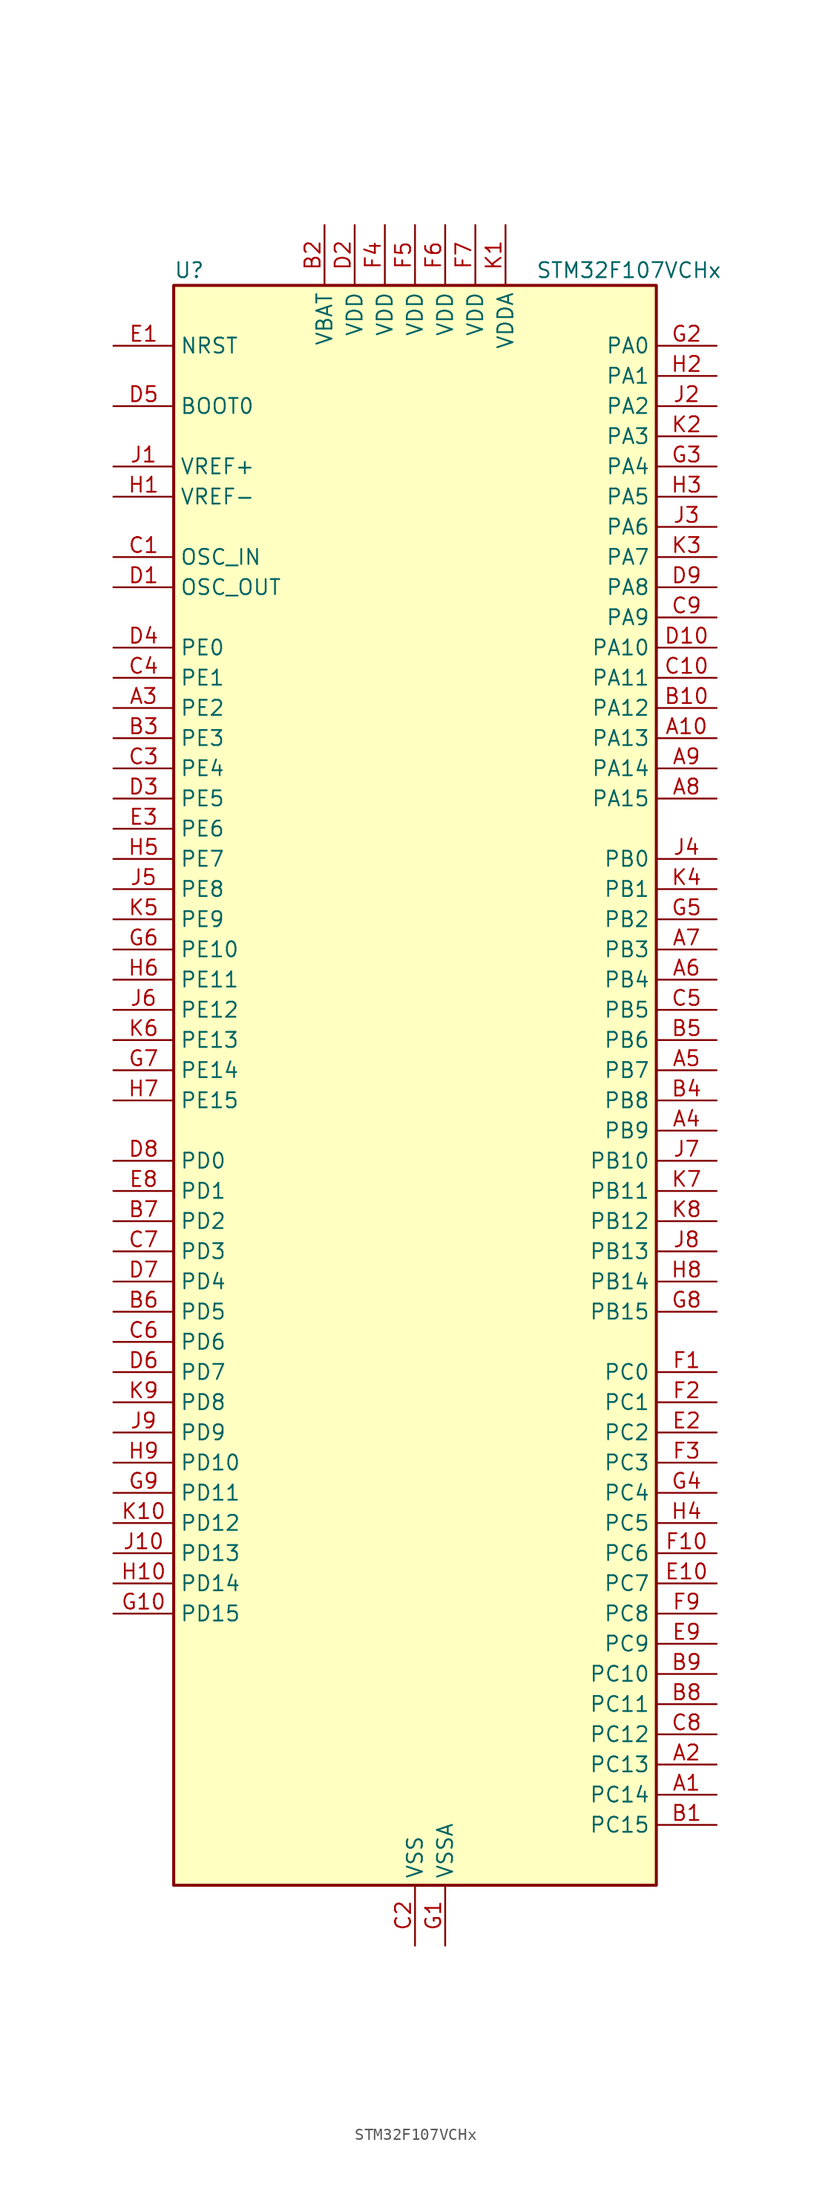
<source format=kicad_sym>
(kicad_symbol_lib
  (version 20241209)
  (generator "kicad_symbol_editor")
  (generator_version "9.0")
  (symbol "STM32F107VCHx"
    (property "Reference" "U"
      (at -20.32 69.85 0)
      (effects (font (size 1.27 1.27)) (justify left)))
    (property "Value" "STM32F107VCHx"
      (at 10.16 69.85 0)
      (effects (font (size 1.27 1.27)) (justify left)))
    (symbol "STM32F107VCHx_0_1"
      (rectangle (start -20.32 -66.04) (end 20.32 68.58) (stroke (width 0.254) (type default)) (fill (type background))))
    (symbol "STM32F107VCHx_1_1"
      (pin input line (at -25.4 63.5 0) (length 5.08) (name "NRST" (effects (font (size 1.27 1.27)))) (number "E1" (effects (font (size 1.27 1.27)))))
      (pin input line (at -25.4 58.42 0) (length 5.08) (name "BOOT0" (effects (font (size 1.27 1.27)))) (number "D5" (effects (font (size 1.27 1.27)))))
      (pin input line (at -25.4 53.34 0) (length 5.08) (name "VREF+" (effects (font (size 1.27 1.27)))) (number "J1" (effects (font (size 1.27 1.27)))))
      (pin input line (at -25.4 50.8 0) (length 5.08) (name "VREF-" (effects (font (size 1.27 1.27)))) (number "H1" (effects (font (size 1.27 1.27)))))
      (pin input line (at -25.4 45.72 0) (length 5.08) (name "OSC_IN" (effects (font (size 1.27 1.27)))) (number "C1" (effects (font (size 1.27 1.27)))) (alternate "RCC_OSC_IN" bidirectional line))
      (pin input line (at -25.4 43.18 0) (length 5.08) (name "OSC_OUT" (effects (font (size 1.27 1.27)))) (number "D1" (effects (font (size 1.27 1.27)))) (alternate "RCC_OSC_OUT" bidirectional line))
      (pin bidirectional line (at -25.4 38.1 0) (length 5.08) (name "PE0" (effects (font (size 1.27 1.27)))) (number "D4" (effects (font (size 1.27 1.27)))) (alternate "TIM4_ETR" bidirectional line))
      (pin bidirectional line (at -25.4 35.56 0) (length 5.08) (name "PE1" (effects (font (size 1.27 1.27)))) (number "C4" (effects (font (size 1.27 1.27)))))
      (pin bidirectional line (at -25.4 33.02 0) (length 5.08) (name "PE2" (effects (font (size 1.27 1.27)))) (number "A3" (effects (font (size 1.27 1.27)))) (alternate "SYS_TRACECLK" bidirectional line))
      (pin bidirectional line (at -25.4 30.48 0) (length 5.08) (name "PE3" (effects (font (size 1.27 1.27)))) (number "B3" (effects (font (size 1.27 1.27)))) (alternate "SYS_TRACED0" bidirectional line))
      (pin bidirectional line (at -25.4 27.94 0) (length 5.08) (name "PE4" (effects (font (size 1.27 1.27)))) (number "C3" (effects (font (size 1.27 1.27)))) (alternate "SYS_TRACED1" bidirectional line))
      (pin bidirectional line (at -25.4 25.4 0) (length 5.08) (name "PE5" (effects (font (size 1.27 1.27)))) (number "D3" (effects (font (size 1.27 1.27)))) (alternate "SYS_TRACED2" bidirectional line))
      (pin bidirectional line (at -25.4 22.86 0) (length 5.08) (name "PE6" (effects (font (size 1.27 1.27)))) (number "E3" (effects (font (size 1.27 1.27)))) (alternate "SYS_TRACED3" bidirectional line))
      (pin bidirectional line (at -25.4 20.32 0) (length 5.08) (name "PE7" (effects (font (size 1.27 1.27)))) (number "H5" (effects (font (size 1.27 1.27)))) (alternate "TIM1_ETR" bidirectional line))
      (pin bidirectional line (at -25.4 17.78 0) (length 5.08) (name "PE8" (effects (font (size 1.27 1.27)))) (number "J5" (effects (font (size 1.27 1.27)))) (alternate "TIM1_CH1N" bidirectional line))
      (pin bidirectional line (at -25.4 15.24 0) (length 5.08) (name "PE9" (effects (font (size 1.27 1.27)))) (number "K5" (effects (font (size 1.27 1.27)))) (alternate "DAC_EXTI9" bidirectional line) (alternate "TIM1_CH1" bidirectional line))
      (pin bidirectional line (at -25.4 12.7 0) (length 5.08) (name "PE10" (effects (font (size 1.27 1.27)))) (number "G6" (effects (font (size 1.27 1.27)))) (alternate "TIM1_CH2N" bidirectional line))
      (pin bidirectional line (at -25.4 10.16 0) (length 5.08) (name "PE11" (effects (font (size 1.27 1.27)))) (number "H6" (effects (font (size 1.27 1.27)))) (alternate "ADC1_EXTI11" bidirectional line) (alternate "ADC2_EXTI11" bidirectional line) (alternate "TIM1_CH2" bidirectional line))
      (pin bidirectional line (at -25.4 7.62 0) (length 5.08) (name "PE12" (effects (font (size 1.27 1.27)))) (number "J6" (effects (font (size 1.27 1.27)))) (alternate "TIM1_CH3N" bidirectional line))
      (pin bidirectional line (at -25.4 5.08 0) (length 5.08) (name "PE13" (effects (font (size 1.27 1.27)))) (number "K6" (effects (font (size 1.27 1.27)))) (alternate "TIM1_CH3" bidirectional line))
      (pin bidirectional line (at -25.4 2.54 0) (length 5.08) (name "PE14" (effects (font (size 1.27 1.27)))) (number "G7" (effects (font (size 1.27 1.27)))) (alternate "TIM1_CH4" bidirectional line))
      (pin bidirectional line (at -25.4 0 0) (length 5.08) (name "PE15" (effects (font (size 1.27 1.27)))) (number "H7" (effects (font (size 1.27 1.27)))) (alternate "ADC1_EXTI15" bidirectional line) (alternate "ADC2_EXTI15" bidirectional line) (alternate "TIM1_BKIN" bidirectional line))
      (pin bidirectional line (at -25.4 -5.08 0) (length 5.08) (name "PD0" (effects (font (size 1.27 1.27)))) (number "D8" (effects (font (size 1.27 1.27)))) (alternate "CAN1_RX" bidirectional line))
      (pin bidirectional line (at -25.4 -7.62 0) (length 5.08) (name "PD1" (effects (font (size 1.27 1.27)))) (number "E8" (effects (font (size 1.27 1.27)))) (alternate "CAN1_TX" bidirectional line))
      (pin bidirectional line (at -25.4 -10.16 0) (length 5.08) (name "PD2" (effects (font (size 1.27 1.27)))) (number "B7" (effects (font (size 1.27 1.27)))) (alternate "TIM3_ETR" bidirectional line) (alternate "UART5_RX" bidirectional line))
      (pin bidirectional line (at -25.4 -12.7 0) (length 5.08) (name "PD3" (effects (font (size 1.27 1.27)))) (number "C7" (effects (font (size 1.27 1.27)))) (alternate "USART2_CTS" bidirectional line))
      (pin bidirectional line (at -25.4 -15.24 0) (length 5.08) (name "PD4" (effects (font (size 1.27 1.27)))) (number "D7" (effects (font (size 1.27 1.27)))) (alternate "USART2_RTS" bidirectional line))
      (pin bidirectional line (at -25.4 -17.78 0) (length 5.08) (name "PD5" (effects (font (size 1.27 1.27)))) (number "B6" (effects (font (size 1.27 1.27)))) (alternate "USART2_TX" bidirectional line))
      (pin bidirectional line (at -25.4 -20.32 0) (length 5.08) (name "PD6" (effects (font (size 1.27 1.27)))) (number "C6" (effects (font (size 1.27 1.27)))) (alternate "USART2_RX" bidirectional line))
      (pin bidirectional line (at -25.4 -22.86 0) (length 5.08) (name "PD7" (effects (font (size 1.27 1.27)))) (number "D6" (effects (font (size 1.27 1.27)))) (alternate "USART2_CK" bidirectional line))
      (pin bidirectional line (at -25.4 -25.4 0) (length 5.08) (name "PD8" (effects (font (size 1.27 1.27)))) (number "K9" (effects (font (size 1.27 1.27)))) (alternate "ETH_CRS_DV" bidirectional line) (alternate "ETH_RX_DV" bidirectional line) (alternate "USART3_TX" bidirectional line))
      (pin bidirectional line (at -25.4 -27.94 0) (length 5.08) (name "PD9" (effects (font (size 1.27 1.27)))) (number "J9" (effects (font (size 1.27 1.27)))) (alternate "DAC_EXTI9" bidirectional line) (alternate "ETH_RXD0" bidirectional line) (alternate "USART3_RX" bidirectional line))
      (pin bidirectional line (at -25.4 -30.48 0) (length 5.08) (name "PD10" (effects (font (size 1.27 1.27)))) (number "H9" (effects (font (size 1.27 1.27)))) (alternate "ETH_RXD1" bidirectional line) (alternate "USART3_CK" bidirectional line))
      (pin bidirectional line (at -25.4 -33.02 0) (length 5.08) (name "PD11" (effects (font (size 1.27 1.27)))) (number "G9" (effects (font (size 1.27 1.27)))) (alternate "ADC1_EXTI11" bidirectional line) (alternate "ADC2_EXTI11" bidirectional line) (alternate "ETH_RXD2" bidirectional line) (alternate "USART3_CTS" bidirectional line))
      (pin bidirectional line (at -25.4 -35.56 0) (length 5.08) (name "PD12" (effects (font (size 1.27 1.27)))) (number "K10" (effects (font (size 1.27 1.27)))) (alternate "ETH_RXD3" bidirectional line) (alternate "TIM4_CH1" bidirectional line) (alternate "USART3_RTS" bidirectional line))
      (pin bidirectional line (at -25.4 -38.1 0) (length 5.08) (name "PD13" (effects (font (size 1.27 1.27)))) (number "J10" (effects (font (size 1.27 1.27)))) (alternate "TIM4_CH2" bidirectional line))
      (pin bidirectional line (at -25.4 -40.64 0) (length 5.08) (name "PD14" (effects (font (size 1.27 1.27)))) (number "H10" (effects (font (size 1.27 1.27)))) (alternate "TIM4_CH3" bidirectional line))
      (pin bidirectional line (at -25.4 -43.18 0) (length 5.08) (name "PD15" (effects (font (size 1.27 1.27)))) (number "G10" (effects (font (size 1.27 1.27)))) (alternate "ADC1_EXTI15" bidirectional line) (alternate "ADC2_EXTI15" bidirectional line) (alternate "TIM4_CH4" bidirectional line))
      (pin no_connect line (at -20.32 -66.04 0) (length 5.08) (hide yes) (name "NC" (effects (font (size 1.27 1.27)))) (number "F8" (effects (font (size 1.27 1.27)))))
      (pin power_in line (at -7.62 73.66 270) (length 5.08) (name "VBAT" (effects (font (size 1.27 1.27)))) (number "B2" (effects (font (size 1.27 1.27)))))
      (pin power_in line (at -5.08 73.66 270) (length 5.08) (name "VDD" (effects (font (size 1.27 1.27)))) (number "D2" (effects (font (size 1.27 1.27)))))
      (pin power_in line (at -2.54 73.66 270) (length 5.08) (name "VDD" (effects (font (size 1.27 1.27)))) (number "F4" (effects (font (size 1.27 1.27)))))
      (pin power_in line (at 0 73.66 270) (length 5.08) (name "VDD" (effects (font (size 1.27 1.27)))) (number "F5" (effects (font (size 1.27 1.27)))))
      (pin power_in line (at 0 -71.12 90) (length 5.08) (name "VSS" (effects (font (size 1.27 1.27)))) (number "C2" (effects (font (size 1.27 1.27)))))
      (pin passive line (at 0 -71.12 90) (length 5.08) (hide yes) (name "VSS" (effects (font (size 1.27 1.27)))) (number "E4" (effects (font (size 1.27 1.27)))))
      (pin passive line (at 0 -71.12 90) (length 5.08) (hide yes) (name "VSS" (effects (font (size 1.27 1.27)))) (number "E5" (effects (font (size 1.27 1.27)))))
      (pin passive line (at 0 -71.12 90) (length 5.08) (hide yes) (name "VSS" (effects (font (size 1.27 1.27)))) (number "E6" (effects (font (size 1.27 1.27)))))
      (pin passive line (at 0 -71.12 90) (length 5.08) (hide yes) (name "VSS" (effects (font (size 1.27 1.27)))) (number "E7" (effects (font (size 1.27 1.27)))))
      (pin power_in line (at 2.54 73.66 270) (length 5.08) (name "VDD" (effects (font (size 1.27 1.27)))) (number "F6" (effects (font (size 1.27 1.27)))))
      (pin power_in line (at 2.54 -71.12 90) (length 5.08) (name "VSSA" (effects (font (size 1.27 1.27)))) (number "G1" (effects (font (size 1.27 1.27)))))
      (pin power_in line (at 5.08 73.66 270) (length 5.08) (name "VDD" (effects (font (size 1.27 1.27)))) (number "F7" (effects (font (size 1.27 1.27)))))
      (pin power_in line (at 7.62 73.66 270) (length 5.08) (name "VDDA" (effects (font (size 1.27 1.27)))) (number "K1" (effects (font (size 1.27 1.27)))))
      (pin bidirectional line (at 25.4 63.5 180) (length 5.08) (name "PA0" (effects (font (size 1.27 1.27)))) (number "G2" (effects (font (size 1.27 1.27)))) (alternate "ADC1_IN0" bidirectional line) (alternate "ADC2_IN0" bidirectional line) (alternate "ETH_CRS" bidirectional line) (alternate "SYS_WKUP" bidirectional line) (alternate "TIM2_CH1" bidirectional line) (alternate "TIM2_ETR" bidirectional line) (alternate "TIM5_CH1" bidirectional line) (alternate "USART2_CTS" bidirectional line))
      (pin bidirectional line (at 25.4 60.96 180) (length 5.08) (name "PA1" (effects (font (size 1.27 1.27)))) (number "H2" (effects (font (size 1.27 1.27)))) (alternate "ADC1_IN1" bidirectional line) (alternate "ADC2_IN1" bidirectional line) (alternate "ETH_REF_CLK" bidirectional line) (alternate "ETH_RX_CLK" bidirectional line) (alternate "TIM2_CH2" bidirectional line) (alternate "TIM5_CH2" bidirectional line) (alternate "USART2_RTS" bidirectional line))
      (pin bidirectional line (at 25.4 58.42 180) (length 5.08) (name "PA2" (effects (font (size 1.27 1.27)))) (number "J2" (effects (font (size 1.27 1.27)))) (alternate "ADC1_IN2" bidirectional line) (alternate "ADC2_IN2" bidirectional line) (alternate "ETH_MDIO" bidirectional line) (alternate "TIM2_CH3" bidirectional line) (alternate "TIM5_CH3" bidirectional line) (alternate "USART2_TX" bidirectional line))
      (pin bidirectional line (at 25.4 55.88 180) (length 5.08) (name "PA3" (effects (font (size 1.27 1.27)))) (number "K2" (effects (font (size 1.27 1.27)))) (alternate "ADC1_IN3" bidirectional line) (alternate "ADC2_IN3" bidirectional line) (alternate "ETH_COL" bidirectional line) (alternate "TIM2_CH4" bidirectional line) (alternate "TIM5_CH4" bidirectional line) (alternate "USART2_RX" bidirectional line))
      (pin bidirectional line (at 25.4 53.34 180) (length 5.08) (name "PA4" (effects (font (size 1.27 1.27)))) (number "G3" (effects (font (size 1.27 1.27)))) (alternate "ADC1_IN4" bidirectional line) (alternate "ADC2_IN4" bidirectional line) (alternate "DAC_OUT1" bidirectional line) (alternate "I2S3_WS" bidirectional line) (alternate "SPI1_NSS" bidirectional line) (alternate "SPI3_NSS" bidirectional line) (alternate "USART2_CK" bidirectional line))
      (pin bidirectional line (at 25.4 50.8 180) (length 5.08) (name "PA5" (effects (font (size 1.27 1.27)))) (number "H3" (effects (font (size 1.27 1.27)))) (alternate "ADC1_IN5" bidirectional line) (alternate "ADC2_IN5" bidirectional line) (alternate "DAC_OUT2" bidirectional line) (alternate "SPI1_SCK" bidirectional line))
      (pin bidirectional line (at 25.4 48.26 180) (length 5.08) (name "PA6" (effects (font (size 1.27 1.27)))) (number "J3" (effects (font (size 1.27 1.27)))) (alternate "ADC1_IN6" bidirectional line) (alternate "ADC2_IN6" bidirectional line) (alternate "SPI1_MISO" bidirectional line) (alternate "TIM1_BKIN" bidirectional line) (alternate "TIM3_CH1" bidirectional line))
      (pin bidirectional line (at 25.4 45.72 180) (length 5.08) (name "PA7" (effects (font (size 1.27 1.27)))) (number "K3" (effects (font (size 1.27 1.27)))) (alternate "ADC1_IN7" bidirectional line) (alternate "ADC2_IN7" bidirectional line) (alternate "ETH_CRS_DV" bidirectional line) (alternate "ETH_RX_DV" bidirectional line) (alternate "SPI1_MOSI" bidirectional line) (alternate "TIM1_CH1N" bidirectional line) (alternate "TIM3_CH2" bidirectional line))
      (pin bidirectional line (at 25.4 43.18 180) (length 5.08) (name "PA8" (effects (font (size 1.27 1.27)))) (number "D9" (effects (font (size 1.27 1.27)))) (alternate "RCC_MCO" bidirectional line) (alternate "TIM1_CH1" bidirectional line) (alternate "USART1_CK" bidirectional line) (alternate "USB_OTG_FS_SOF" bidirectional line))
      (pin bidirectional line (at 25.4 40.64 180) (length 5.08) (name "PA9" (effects (font (size 1.27 1.27)))) (number "C9" (effects (font (size 1.27 1.27)))) (alternate "DAC_EXTI9" bidirectional line) (alternate "TIM1_CH2" bidirectional line) (alternate "USART1_TX" bidirectional line) (alternate "USB_OTG_FS_VBUS" bidirectional line))
      (pin bidirectional line (at 25.4 38.1 180) (length 5.08) (name "PA10" (effects (font (size 1.27 1.27)))) (number "D10" (effects (font (size 1.27 1.27)))) (alternate "TIM1_CH3" bidirectional line) (alternate "USART1_RX" bidirectional line) (alternate "USB_OTG_FS_ID" bidirectional line))
      (pin bidirectional line (at 25.4 35.56 180) (length 5.08) (name "PA11" (effects (font (size 1.27 1.27)))) (number "C10" (effects (font (size 1.27 1.27)))) (alternate "ADC1_EXTI11" bidirectional line) (alternate "ADC2_EXTI11" bidirectional line) (alternate "CAN1_RX" bidirectional line) (alternate "TIM1_CH4" bidirectional line) (alternate "USART1_CTS" bidirectional line) (alternate "USB_OTG_FS_DM" bidirectional line))
      (pin bidirectional line (at 25.4 33.02 180) (length 5.08) (name "PA12" (effects (font (size 1.27 1.27)))) (number "B10" (effects (font (size 1.27 1.27)))) (alternate "CAN1_TX" bidirectional line) (alternate "TIM1_ETR" bidirectional line) (alternate "USART1_RTS" bidirectional line) (alternate "USB_OTG_FS_DP" bidirectional line))
      (pin bidirectional line (at 25.4 30.48 180) (length 5.08) (name "PA13" (effects (font (size 1.27 1.27)))) (number "A10" (effects (font (size 1.27 1.27)))) (alternate "SYS_JTMS-SWDIO" bidirectional line))
      (pin bidirectional line (at 25.4 27.94 180) (length 5.08) (name "PA14" (effects (font (size 1.27 1.27)))) (number "A9" (effects (font (size 1.27 1.27)))) (alternate "SYS_JTCK-SWCLK" bidirectional line))
      (pin bidirectional line (at 25.4 25.4 180) (length 5.08) (name "PA15" (effects (font (size 1.27 1.27)))) (number "A8" (effects (font (size 1.27 1.27)))) (alternate "ADC1_EXTI15" bidirectional line) (alternate "ADC2_EXTI15" bidirectional line) (alternate "I2S3_WS" bidirectional line) (alternate "SPI1_NSS" bidirectional line) (alternate "SPI3_NSS" bidirectional line) (alternate "SYS_JTDI" bidirectional line) (alternate "TIM2_CH1" bidirectional line) (alternate "TIM2_ETR" bidirectional line))
      (pin bidirectional line (at 25.4 20.32 180) (length 5.08) (name "PB0" (effects (font (size 1.27 1.27)))) (number "J4" (effects (font (size 1.27 1.27)))) (alternate "ADC1_IN8" bidirectional line) (alternate "ADC2_IN8" bidirectional line) (alternate "ETH_RXD2" bidirectional line) (alternate "TIM1_CH2N" bidirectional line) (alternate "TIM3_CH3" bidirectional line))
      (pin bidirectional line (at 25.4 17.78 180) (length 5.08) (name "PB1" (effects (font (size 1.27 1.27)))) (number "K4" (effects (font (size 1.27 1.27)))) (alternate "ADC1_IN9" bidirectional line) (alternate "ADC2_IN9" bidirectional line) (alternate "ETH_RXD3" bidirectional line) (alternate "TIM1_CH3N" bidirectional line) (alternate "TIM3_CH4" bidirectional line))
      (pin bidirectional line (at 25.4 15.24 180) (length 5.08) (name "PB2" (effects (font (size 1.27 1.27)))) (number "G5" (effects (font (size 1.27 1.27)))))
      (pin bidirectional line (at 25.4 12.7 180) (length 5.08) (name "PB3" (effects (font (size 1.27 1.27)))) (number "A7" (effects (font (size 1.27 1.27)))) (alternate "I2S3_CK" bidirectional line) (alternate "SPI1_SCK" bidirectional line) (alternate "SPI3_SCK" bidirectional line) (alternate "SYS_JTDO" bidirectional line) (alternate "SYS_TRACESWO" bidirectional line) (alternate "TIM2_CH2" bidirectional line))
      (pin bidirectional line (at 25.4 10.16 180) (length 5.08) (name "PB4" (effects (font (size 1.27 1.27)))) (number "A6" (effects (font (size 1.27 1.27)))) (alternate "SPI1_MISO" bidirectional line) (alternate "SPI3_MISO" bidirectional line) (alternate "SYS_NJTRST" bidirectional line) (alternate "TIM3_CH1" bidirectional line))
      (pin bidirectional line (at 25.4 7.62 180) (length 5.08) (name "PB5" (effects (font (size 1.27 1.27)))) (number "C5" (effects (font (size 1.27 1.27)))) (alternate "CAN2_RX" bidirectional line) (alternate "ETH_PPS_OUT" bidirectional line) (alternate "I2C1_SMBA" bidirectional line) (alternate "I2S3_SD" bidirectional line) (alternate "SPI1_MOSI" bidirectional line) (alternate "SPI3_MOSI" bidirectional line) (alternate "TIM3_CH2" bidirectional line))
      (pin bidirectional line (at 25.4 5.08 180) (length 5.08) (name "PB6" (effects (font (size 1.27 1.27)))) (number "B5" (effects (font (size 1.27 1.27)))) (alternate "CAN2_TX" bidirectional line) (alternate "I2C1_SCL" bidirectional line) (alternate "TIM4_CH1" bidirectional line) (alternate "USART1_TX" bidirectional line))
      (pin bidirectional line (at 25.4 2.54 180) (length 5.08) (name "PB7" (effects (font (size 1.27 1.27)))) (number "A5" (effects (font (size 1.27 1.27)))) (alternate "I2C1_SDA" bidirectional line) (alternate "TIM4_CH2" bidirectional line) (alternate "USART1_RX" bidirectional line))
      (pin bidirectional line (at 25.4 0 180) (length 5.08) (name "PB8" (effects (font (size 1.27 1.27)))) (number "B4" (effects (font (size 1.27 1.27)))) (alternate "CAN1_RX" bidirectional line) (alternate "ETH_TXD3" bidirectional line) (alternate "I2C1_SCL" bidirectional line) (alternate "TIM4_CH3" bidirectional line))
      (pin bidirectional line (at 25.4 -2.54 180) (length 5.08) (name "PB9" (effects (font (size 1.27 1.27)))) (number "A4" (effects (font (size 1.27 1.27)))) (alternate "CAN1_TX" bidirectional line) (alternate "DAC_EXTI9" bidirectional line) (alternate "I2C1_SDA" bidirectional line) (alternate "TIM4_CH4" bidirectional line))
      (pin bidirectional line (at 25.4 -5.08 180) (length 5.08) (name "PB10" (effects (font (size 1.27 1.27)))) (number "J7" (effects (font (size 1.27 1.27)))) (alternate "ETH_RX_ER" bidirectional line) (alternate "TIM2_CH3" bidirectional line) (alternate "USART3_TX" bidirectional line))
      (pin bidirectional line (at 25.4 -7.62 180) (length 5.08) (name "PB11" (effects (font (size 1.27 1.27)))) (number "K7" (effects (font (size 1.27 1.27)))) (alternate "ADC1_EXTI11" bidirectional line) (alternate "ADC2_EXTI11" bidirectional line) (alternate "ETH_TX_EN" bidirectional line) (alternate "TIM2_CH4" bidirectional line) (alternate "USART3_RX" bidirectional line))
      (pin bidirectional line (at 25.4 -10.16 180) (length 5.08) (name "PB12" (effects (font (size 1.27 1.27)))) (number "K8" (effects (font (size 1.27 1.27)))) (alternate "CAN2_RX" bidirectional line) (alternate "ETH_TXD0" bidirectional line) (alternate "I2S2_WS" bidirectional line) (alternate "SPI2_NSS" bidirectional line) (alternate "TIM1_BKIN" bidirectional line) (alternate "USART3_CK" bidirectional line))
      (pin bidirectional line (at 25.4 -12.7 180) (length 5.08) (name "PB13" (effects (font (size 1.27 1.27)))) (number "J8" (effects (font (size 1.27 1.27)))) (alternate "CAN2_TX" bidirectional line) (alternate "ETH_TXD1" bidirectional line) (alternate "I2S2_CK" bidirectional line) (alternate "SPI2_SCK" bidirectional line) (alternate "TIM1_CH1N" bidirectional line) (alternate "USART3_CTS" bidirectional line))
      (pin bidirectional line (at 25.4 -15.24 180) (length 5.08) (name "PB14" (effects (font (size 1.27 1.27)))) (number "H8" (effects (font (size 1.27 1.27)))) (alternate "SPI2_MISO" bidirectional line) (alternate "TIM1_CH2N" bidirectional line) (alternate "USART3_RTS" bidirectional line))
      (pin bidirectional line (at 25.4 -17.78 180) (length 5.08) (name "PB15" (effects (font (size 1.27 1.27)))) (number "G8" (effects (font (size 1.27 1.27)))) (alternate "ADC1_EXTI15" bidirectional line) (alternate "ADC2_EXTI15" bidirectional line) (alternate "I2S2_SD" bidirectional line) (alternate "SPI2_MOSI" bidirectional line) (alternate "TIM1_CH3N" bidirectional line))
      (pin bidirectional line (at 25.4 -22.86 180) (length 5.08) (name "PC0" (effects (font (size 1.27 1.27)))) (number "F1" (effects (font (size 1.27 1.27)))) (alternate "ADC1_IN10" bidirectional line) (alternate "ADC2_IN10" bidirectional line))
      (pin bidirectional line (at 25.4 -25.4 180) (length 5.08) (name "PC1" (effects (font (size 1.27 1.27)))) (number "F2" (effects (font (size 1.27 1.27)))) (alternate "ADC1_IN11" bidirectional line) (alternate "ADC2_IN11" bidirectional line) (alternate "ETH_MDC" bidirectional line))
      (pin bidirectional line (at 25.4 -27.94 180) (length 5.08) (name "PC2" (effects (font (size 1.27 1.27)))) (number "E2" (effects (font (size 1.27 1.27)))) (alternate "ADC1_IN12" bidirectional line) (alternate "ADC2_IN12" bidirectional line) (alternate "ETH_TXD2" bidirectional line))
      (pin bidirectional line (at 25.4 -30.48 180) (length 5.08) (name "PC3" (effects (font (size 1.27 1.27)))) (number "F3" (effects (font (size 1.27 1.27)))) (alternate "ADC1_IN13" bidirectional line) (alternate "ADC2_IN13" bidirectional line) (alternate "ETH_TX_CLK" bidirectional line))
      (pin bidirectional line (at 25.4 -33.02 180) (length 5.08) (name "PC4" (effects (font (size 1.27 1.27)))) (number "G4" (effects (font (size 1.27 1.27)))) (alternate "ADC1_IN14" bidirectional line) (alternate "ADC2_IN14" bidirectional line) (alternate "ETH_RXD0" bidirectional line))
      (pin bidirectional line (at 25.4 -35.56 180) (length 5.08) (name "PC5" (effects (font (size 1.27 1.27)))) (number "H4" (effects (font (size 1.27 1.27)))) (alternate "ADC1_IN15" bidirectional line) (alternate "ADC2_IN15" bidirectional line) (alternate "ETH_RXD1" bidirectional line))
      (pin bidirectional line (at 25.4 -38.1 180) (length 5.08) (name "PC6" (effects (font (size 1.27 1.27)))) (number "F10" (effects (font (size 1.27 1.27)))) (alternate "I2S2_MCK" bidirectional line) (alternate "TIM3_CH1" bidirectional line))
      (pin bidirectional line (at 25.4 -40.64 180) (length 5.08) (name "PC7" (effects (font (size 1.27 1.27)))) (number "E10" (effects (font (size 1.27 1.27)))) (alternate "I2S3_MCK" bidirectional line) (alternate "TIM3_CH2" bidirectional line))
      (pin bidirectional line (at 25.4 -43.18 180) (length 5.08) (name "PC8" (effects (font (size 1.27 1.27)))) (number "F9" (effects (font (size 1.27 1.27)))) (alternate "TIM3_CH3" bidirectional line))
      (pin bidirectional line (at 25.4 -45.72 180) (length 5.08) (name "PC9" (effects (font (size 1.27 1.27)))) (number "E9" (effects (font (size 1.27 1.27)))) (alternate "DAC_EXTI9" bidirectional line) (alternate "TIM3_CH4" bidirectional line))
      (pin bidirectional line (at 25.4 -48.26 180) (length 5.08) (name "PC10" (effects (font (size 1.27 1.27)))) (number "B9" (effects (font (size 1.27 1.27)))) (alternate "I2S3_CK" bidirectional line) (alternate "SPI3_SCK" bidirectional line) (alternate "UART4_TX" bidirectional line) (alternate "USART3_TX" bidirectional line))
      (pin bidirectional line (at 25.4 -50.8 180) (length 5.08) (name "PC11" (effects (font (size 1.27 1.27)))) (number "B8" (effects (font (size 1.27 1.27)))) (alternate "ADC1_EXTI11" bidirectional line) (alternate "ADC2_EXTI11" bidirectional line) (alternate "SPI3_MISO" bidirectional line) (alternate "UART4_RX" bidirectional line) (alternate "USART3_RX" bidirectional line))
      (pin bidirectional line (at 25.4 -53.34 180) (length 5.08) (name "PC12" (effects (font (size 1.27 1.27)))) (number "C8" (effects (font (size 1.27 1.27)))) (alternate "I2S3_SD" bidirectional line) (alternate "SPI3_MOSI" bidirectional line) (alternate "UART5_TX" bidirectional line) (alternate "USART3_CK" bidirectional line))
      (pin bidirectional line (at 25.4 -55.88 180) (length 5.08) (name "PC13" (effects (font (size 1.27 1.27)))) (number "A2" (effects (font (size 1.27 1.27)))) (alternate "RTC_OUT" bidirectional line) (alternate "RTC_TAMPER" bidirectional line))
      (pin bidirectional line (at 25.4 -58.42 180) (length 5.08) (name "PC14" (effects (font (size 1.27 1.27)))) (number "A1" (effects (font (size 1.27 1.27)))) (alternate "RCC_OSC32_IN" bidirectional line))
      (pin bidirectional line (at 25.4 -60.96 180) (length 5.08) (name "PC15" (effects (font (size 1.27 1.27)))) (number "B1" (effects (font (size 1.27 1.27)))) (alternate "ADC1_EXTI15" bidirectional line) (alternate "ADC2_EXTI15" bidirectional line) (alternate "RCC_OSC32_OUT" bidirectional line)))))
</source>
